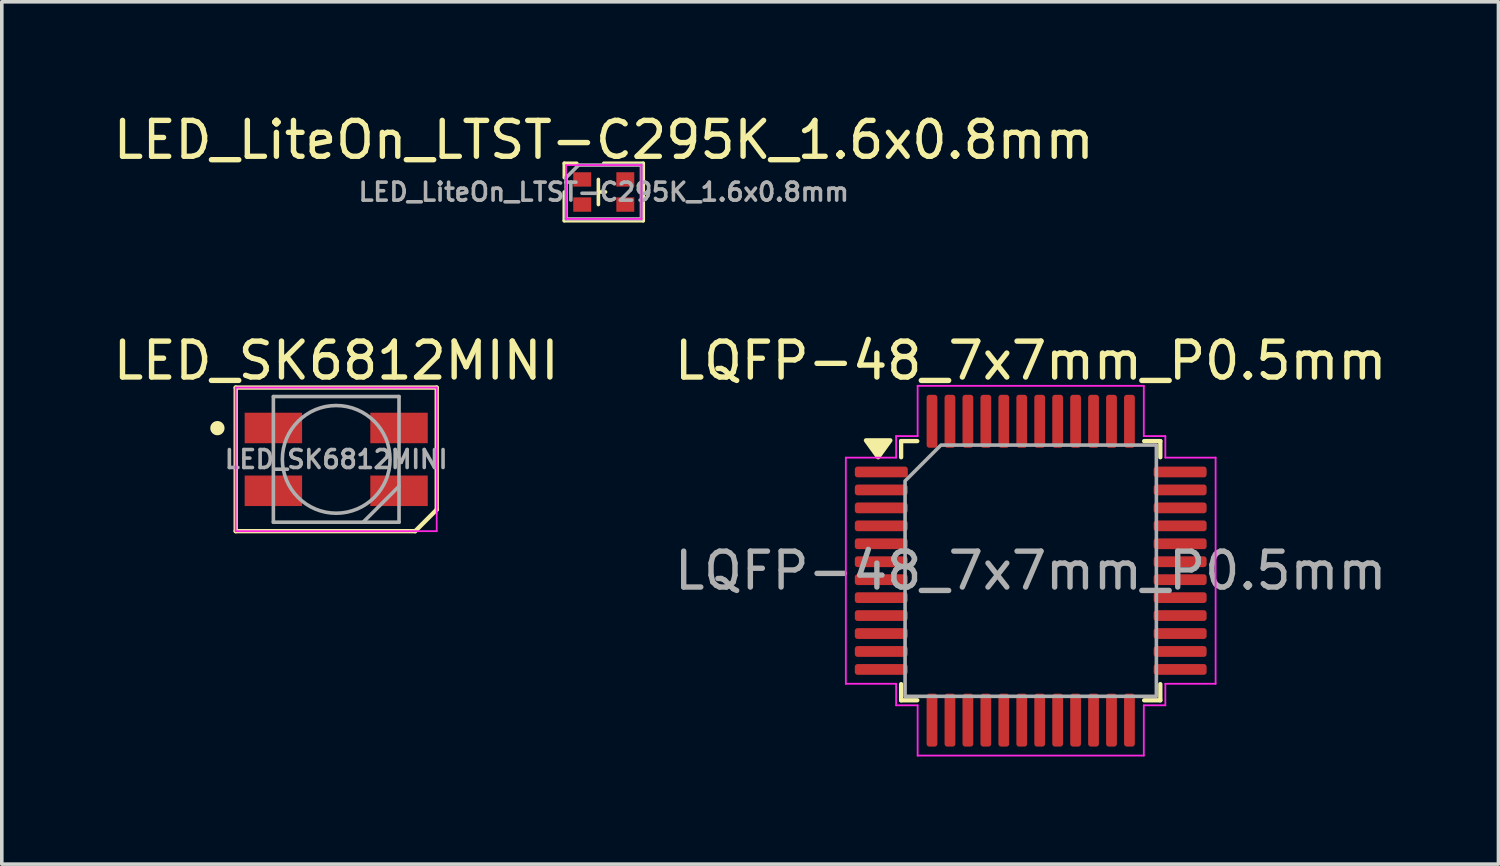
<source format=kicad_pcb>
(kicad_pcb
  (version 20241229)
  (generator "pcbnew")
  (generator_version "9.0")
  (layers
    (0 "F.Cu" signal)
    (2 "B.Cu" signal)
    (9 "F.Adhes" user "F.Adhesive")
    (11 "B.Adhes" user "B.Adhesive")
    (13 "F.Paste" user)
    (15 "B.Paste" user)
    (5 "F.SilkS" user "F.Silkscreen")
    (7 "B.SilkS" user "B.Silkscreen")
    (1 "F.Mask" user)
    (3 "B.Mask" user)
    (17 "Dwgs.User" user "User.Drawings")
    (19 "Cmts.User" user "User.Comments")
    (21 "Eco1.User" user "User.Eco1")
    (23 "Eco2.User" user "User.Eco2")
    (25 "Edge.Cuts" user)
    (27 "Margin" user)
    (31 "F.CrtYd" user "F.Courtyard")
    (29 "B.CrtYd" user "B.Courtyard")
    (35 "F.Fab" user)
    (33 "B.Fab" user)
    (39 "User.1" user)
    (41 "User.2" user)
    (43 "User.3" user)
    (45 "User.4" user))
  (footprint "LED_SK6812MINI"
    (layer "F.Cu")
    (at 6.315 9.746)
    (property "Reference" "LED_SK6812MINI" (at 0 -2.75 0) (layer "F.SilkS") (effects (font (size 1 1) (thickness 0.15))))
    (attr smd)
    (fp_line (start -2.8 -2) (end -2.8 2) (stroke (width 0.12) (type default)) (layer "F.SilkS"))
    (fp_line (start -2.8 -2) (end 2.8 -2) (stroke (width 0.12) (type solid)) (layer "F.SilkS"))
    (fp_line (start -2.8 2) (end 2.2 2) (stroke (width 0.12) (type solid)) (layer "F.SilkS"))
    (fp_line (start 2.8 1.4) (end 2.2 2) (stroke (width 0.12) (type default)) (layer "F.SilkS"))
    (fp_line (start 2.8 1.4) (end 2.8 -2) (stroke (width 0.12) (type solid)) (layer "F.SilkS"))
    (fp_circle (center -3.309 -0.87) (end -3.259 -0.73) (stroke (width 0.1) (type solid)) (fill yes) (layer "F.SilkS"))
    (fp_line (start -2.8 -2) (end -2.8 2) (stroke (width 0.05) (type solid)) (layer "F.CrtYd"))
    (fp_line (start -2.8 2) (end 2.8 2) (stroke (width 0.05) (type solid)) (layer "F.CrtYd"))
    (fp_line (start 2.8 -2) (end -2.8 -2) (stroke (width 0.05) (type solid)) (layer "F.CrtYd"))
    (fp_line (start 2.8 2) (end 2.8 -2) (stroke (width 0.05) (type solid)) (layer "F.CrtYd"))
    (fp_line (start -1.75 -1.75) (end -1.75 1.75) (stroke (width 0.1) (type solid)) (layer "F.Fab"))
    (fp_line (start -1.75 1.75) (end 1.75 1.75) (stroke (width 0.1) (type solid)) (layer "F.Fab"))
    (fp_line (start 1.75 -1.75) (end -1.75 -1.75) (stroke (width 0.1) (type solid)) (layer "F.Fab"))
    (fp_line (start 1.75 0.75) (end 0.75 1.75) (stroke (width 0.1) (type solid)) (layer "F.Fab"))
    (fp_line (start 1.75 1.75) (end 1.75 -1.75) (stroke (width 0.1) (type solid)) (layer "F.Fab"))
    (fp_circle (center 0 0) (end 0 -1.5) (stroke (width 0.1) (type solid)) (fill no) (layer "F.Fab"))
    (fp_text user "${REFERENCE}" (at 0 0 0) (layer "F.Fab") (effects (font (size 0.5 0.5) (thickness 0.1))))
    (pad "1" smd rect (at -1.75 -0.875) (size 1.6 0.85) (layers "F.Cu" "F.Mask" "F.Paste"))
    (pad "2" smd rect (at -1.75 0.875) (size 1.6 0.85) (layers "F.Cu" "F.Mask" "F.Paste"))
    (pad "3" smd rect (at 1.75 0.875) (size 1.6 0.85) (layers "F.Cu" "F.Mask" "F.Paste"))
    (pad "4" smd rect (at 1.75 -0.875) (size 1.6 0.85) (layers "F.Cu" "F.Mask" "F.Paste")))
  (footprint "LQFP-48_7x7mm_P0.5mm"
    (layer "F.Cu")
    (at 25.661 12.847)
    (property "Reference" "LQFP-48_7x7mm_P0.5mm" (at 0 -5.85 0) (layer "F.SilkS") (effects (font (size 1 1) (thickness 0.15))))
    (attr smd)
    (fp_line (start -3.61 -3.61) (end -3.16 -3.61) (stroke (width 0.12) (type solid)) (layer "F.SilkS"))
    (fp_line (start -3.61 -3.16) (end -3.61 -3.61) (stroke (width 0.12) (type solid)) (layer "F.SilkS"))
    (fp_line (start -3.61 3.61) (end -3.61 3.16) (stroke (width 0.12) (type solid)) (layer "F.SilkS"))
    (fp_line (start -3.16 3.61) (end -3.61 3.61) (stroke (width 0.12) (type solid)) (layer "F.SilkS"))
    (fp_line (start 3.16 -3.61) (end 3.61 -3.61) (stroke (width 0.12) (type solid)) (layer "F.SilkS"))
    (fp_line (start 3.61 -3.61) (end 3.61 -3.16) (stroke (width 0.12) (type solid)) (layer "F.SilkS"))
    (fp_line (start 3.61 3.16) (end 3.61 3.61) (stroke (width 0.12) (type solid)) (layer "F.SilkS"))
    (fp_line (start 3.61 3.61) (end 3.16 3.61) (stroke (width 0.12) (type solid)) (layer "F.SilkS"))
    (fp_poly (pts (xy -4.25 -3.16) (xy -4.59 -3.63) (xy -3.91 -3.63)) (stroke (width 0.12) (type solid)) (fill yes) (layer "F.SilkS"))
    (fp_line (start -5.15 -3.15) (end -3.75 -3.15) (stroke (width 0.05) (type solid)) (layer "F.CrtYd"))
    (fp_line (start -5.15 3.15) (end -5.15 -3.15) (stroke (width 0.05) (type solid)) (layer "F.CrtYd"))
    (fp_line (start -3.75 -3.75) (end -3.15 -3.75) (stroke (width 0.05) (type solid)) (layer "F.CrtYd"))
    (fp_line (start -3.75 -3.15) (end -3.75 -3.75) (stroke (width 0.05) (type solid)) (layer "F.CrtYd"))
    (fp_line (start -3.75 3.15) (end -5.15 3.15) (stroke (width 0.05) (type solid)) (layer "F.CrtYd"))
    (fp_line (start -3.75 3.75) (end -3.75 3.15) (stroke (width 0.05) (type solid)) (layer "F.CrtYd"))
    (fp_line (start -3.15 -5.15) (end 3.15 -5.15) (stroke (width 0.05) (type solid)) (layer "F.CrtYd"))
    (fp_line (start -3.15 -3.75) (end -3.15 -5.15) (stroke (width 0.05) (type solid)) (layer "F.CrtYd"))
    (fp_line (start -3.15 3.75) (end -3.75 3.75) (stroke (width 0.05) (type solid)) (layer "F.CrtYd"))
    (fp_line (start -3.15 5.15) (end -3.15 3.75) (stroke (width 0.05) (type solid)) (layer "F.CrtYd"))
    (fp_line (start 3.15 -5.15) (end 3.15 -3.75) (stroke (width 0.05) (type solid)) (layer "F.CrtYd"))
    (fp_line (start 3.15 -3.75) (end 3.75 -3.75) (stroke (width 0.05) (type solid)) (layer "F.CrtYd"))
    (fp_line (start 3.15 3.75) (end 3.15 5.15) (stroke (width 0.05) (type solid)) (layer "F.CrtYd"))
    (fp_line (start 3.15 5.15) (end -3.15 5.15) (stroke (width 0.05) (type solid)) (layer "F.CrtYd"))
    (fp_line (start 3.75 -3.75) (end 3.75 -3.15) (stroke (width 0.05) (type solid)) (layer "F.CrtYd"))
    (fp_line (start 3.75 -3.15) (end 5.15 -3.15) (stroke (width 0.05) (type solid)) (layer "F.CrtYd"))
    (fp_line (start 3.75 3.15) (end 3.75 3.75) (stroke (width 0.05) (type solid)) (layer "F.CrtYd"))
    (fp_line (start 3.75 3.75) (end 3.15 3.75) (stroke (width 0.05) (type solid)) (layer "F.CrtYd"))
    (fp_line (start 5.15 -3.15) (end 5.15 3.15) (stroke (width 0.05) (type solid)) (layer "F.CrtYd"))
    (fp_line (start 5.15 3.15) (end 3.75 3.15) (stroke (width 0.05) (type solid)) (layer "F.CrtYd"))
    (fp_poly (pts (xy -3.5 -2.5) (xy -3.5 3.5) (xy 3.5 3.5) (xy 3.5 -3.5) (xy -2.5 -3.5)) (stroke (width 0.1) (type solid)) (fill no) (layer "F.Fab"))
    (fp_text user "${REFERENCE}" (at 0 0 0) (layer "F.Fab") (effects (font (size 1 1) (thickness 0.15))))
    (pad "1" smd roundrect (at -4.162 -2.75) (size 1.475 0.3) (layers "F.Cu" "F.Mask" "F.Paste") (roundrect_rratio 0.25))
    (pad "2" smd roundrect (at -4.162 -2.25) (size 1.475 0.3) (layers "F.Cu" "F.Mask" "F.Paste") (roundrect_rratio 0.25))
    (pad "3" smd roundrect (at -4.162 -1.75) (size 1.475 0.3) (layers "F.Cu" "F.Mask" "F.Paste") (roundrect_rratio 0.25))
    (pad "4" smd roundrect (at -4.162 -1.25) (size 1.475 0.3) (layers "F.Cu" "F.Mask" "F.Paste") (roundrect_rratio 0.25))
    (pad "5" smd roundrect (at -4.162 -0.75) (size 1.475 0.3) (layers "F.Cu" "F.Mask" "F.Paste") (roundrect_rratio 0.25))
    (pad "6" smd roundrect (at -4.162 -0.25) (size 1.475 0.3) (layers "F.Cu" "F.Mask" "F.Paste") (roundrect_rratio 0.25))
    (pad "7" smd roundrect (at -4.162 0.25) (size 1.475 0.3) (layers "F.Cu" "F.Mask" "F.Paste") (roundrect_rratio 0.25))
    (pad "8" smd roundrect (at -4.162 0.75) (size 1.475 0.3) (layers "F.Cu" "F.Mask" "F.Paste") (roundrect_rratio 0.25))
    (pad "9" smd roundrect (at -4.162 1.25) (size 1.475 0.3) (layers "F.Cu" "F.Mask" "F.Paste") (roundrect_rratio 0.25))
    (pad "10" smd roundrect (at -4.162 1.75) (size 1.475 0.3) (layers "F.Cu" "F.Mask" "F.Paste") (roundrect_rratio 0.25))
    (pad "11" smd roundrect (at -4.162 2.25) (size 1.475 0.3) (layers "F.Cu" "F.Mask" "F.Paste") (roundrect_rratio 0.25))
    (pad "12" smd roundrect (at -4.162 2.75) (size 1.475 0.3) (layers "F.Cu" "F.Mask" "F.Paste") (roundrect_rratio 0.25))
    (pad "13" smd roundrect (at -2.75 4.162) (size 0.3 1.475) (layers "F.Cu" "F.Mask" "F.Paste") (roundrect_rratio 0.25))
    (pad "14" smd roundrect (at -2.25 4.162) (size 0.3 1.475) (layers "F.Cu" "F.Mask" "F.Paste") (roundrect_rratio 0.25))
    (pad "15" smd roundrect (at -1.75 4.162) (size 0.3 1.475) (layers "F.Cu" "F.Mask" "F.Paste") (roundrect_rratio 0.25))
    (pad "16" smd roundrect (at -1.25 4.162) (size 0.3 1.475) (layers "F.Cu" "F.Mask" "F.Paste") (roundrect_rratio 0.25))
    (pad "17" smd roundrect (at -0.75 4.162) (size 0.3 1.475) (layers "F.Cu" "F.Mask" "F.Paste") (roundrect_rratio 0.25))
    (pad "18" smd roundrect (at -0.25 4.162) (size 0.3 1.475) (layers "F.Cu" "F.Mask" "F.Paste") (roundrect_rratio 0.25))
    (pad "19" smd roundrect (at 0.25 4.162) (size 0.3 1.475) (layers "F.Cu" "F.Mask" "F.Paste") (roundrect_rratio 0.25))
    (pad "20" smd roundrect (at 0.75 4.162) (size 0.3 1.475) (layers "F.Cu" "F.Mask" "F.Paste") (roundrect_rratio 0.25))
    (pad "21" smd roundrect (at 1.25 4.162) (size 0.3 1.475) (layers "F.Cu" "F.Mask" "F.Paste") (roundrect_rratio 0.25))
    (pad "22" smd roundrect (at 1.75 4.162) (size 0.3 1.475) (layers "F.Cu" "F.Mask" "F.Paste") (roundrect_rratio 0.25))
    (pad "23" smd roundrect (at 2.25 4.162) (size 0.3 1.475) (layers "F.Cu" "F.Mask" "F.Paste") (roundrect_rratio 0.25))
    (pad "24" smd roundrect (at 2.75 4.162) (size 0.3 1.475) (layers "F.Cu" "F.Mask" "F.Paste") (roundrect_rratio 0.25))
    (pad "25" smd roundrect (at 4.162 2.75) (size 1.475 0.3) (layers "F.Cu" "F.Mask" "F.Paste") (roundrect_rratio 0.25))
    (pad "26" smd roundrect (at 4.162 2.25) (size 1.475 0.3) (layers "F.Cu" "F.Mask" "F.Paste") (roundrect_rratio 0.25))
    (pad "27" smd roundrect (at 4.162 1.75) (size 1.475 0.3) (layers "F.Cu" "F.Mask" "F.Paste") (roundrect_rratio 0.25))
    (pad "28" smd roundrect (at 4.162 1.25) (size 1.475 0.3) (layers "F.Cu" "F.Mask" "F.Paste") (roundrect_rratio 0.25))
    (pad "29" smd roundrect (at 4.162 0.75) (size 1.475 0.3) (layers "F.Cu" "F.Mask" "F.Paste") (roundrect_rratio 0.25))
    (pad "30" smd roundrect (at 4.162 0.25) (size 1.475 0.3) (layers "F.Cu" "F.Mask" "F.Paste") (roundrect_rratio 0.25))
    (pad "31" smd roundrect (at 4.162 -0.25) (size 1.475 0.3) (layers "F.Cu" "F.Mask" "F.Paste") (roundrect_rratio 0.25))
    (pad "32" smd roundrect (at 4.162 -0.75) (size 1.475 0.3) (layers "F.Cu" "F.Mask" "F.Paste") (roundrect_rratio 0.25))
    (pad "33" smd roundrect (at 4.162 -1.25) (size 1.475 0.3) (layers "F.Cu" "F.Mask" "F.Paste") (roundrect_rratio 0.25))
    (pad "34" smd roundrect (at 4.162 -1.75) (size 1.475 0.3) (layers "F.Cu" "F.Mask" "F.Paste") (roundrect_rratio 0.25))
    (pad "35" smd roundrect (at 4.162 -2.25) (size 1.475 0.3) (layers "F.Cu" "F.Mask" "F.Paste") (roundrect_rratio 0.25))
    (pad "36" smd roundrect (at 4.162 -2.75) (size 1.475 0.3) (layers "F.Cu" "F.Mask" "F.Paste") (roundrect_rratio 0.25))
    (pad "37" smd roundrect (at 2.75 -4.162) (size 0.3 1.475) (layers "F.Cu" "F.Mask" "F.Paste") (roundrect_rratio 0.25))
    (pad "38" smd roundrect (at 2.25 -4.162) (size 0.3 1.475) (layers "F.Cu" "F.Mask" "F.Paste") (roundrect_rratio 0.25))
    (pad "39" smd roundrect (at 1.75 -4.162) (size 0.3 1.475) (layers "F.Cu" "F.Mask" "F.Paste") (roundrect_rratio 0.25))
    (pad "40" smd roundrect (at 1.25 -4.162) (size 0.3 1.475) (layers "F.Cu" "F.Mask" "F.Paste") (roundrect_rratio 0.25))
    (pad "41" smd roundrect (at 0.75 -4.162) (size 0.3 1.475) (layers "F.Cu" "F.Mask" "F.Paste") (roundrect_rratio 0.25))
    (pad "42" smd roundrect (at 0.25 -4.162) (size 0.3 1.475) (layers "F.Cu" "F.Mask" "F.Paste") (roundrect_rratio 0.25))
    (pad "43" smd roundrect (at -0.25 -4.162) (size 0.3 1.475) (layers "F.Cu" "F.Mask" "F.Paste") (roundrect_rratio 0.25))
    (pad "44" smd roundrect (at -0.75 -4.162) (size 0.3 1.475) (layers "F.Cu" "F.Mask" "F.Paste") (roundrect_rratio 0.25))
    (pad "45" smd roundrect (at -1.25 -4.162) (size 0.3 1.475) (layers "F.Cu" "F.Mask" "F.Paste") (roundrect_rratio 0.25))
    (pad "46" smd roundrect (at -1.75 -4.162) (size 0.3 1.475) (layers "F.Cu" "F.Mask" "F.Paste") (roundrect_rratio 0.25))
    (pad "47" smd roundrect (at -2.25 -4.162) (size 0.3 1.475) (layers "F.Cu" "F.Mask" "F.Paste") (roundrect_rratio 0.25))
    (pad "48" smd roundrect (at -2.75 -4.162) (size 0.3 1.475) (layers "F.Cu" "F.Mask" "F.Paste") (roundrect_rratio 0.25)))
  (footprint "LED_LiteOn_LTST-C295K_1.6x0.8mm"
    (layer "F.Cu")
    (at 13.768 2.298)
    (property "Reference" "LED_LiteOn_LTST-C295K_1.6x0.8mm" (at 0 -1.45 0) (unlocked yes) (layer "F.SilkS") (effects (font (size 1 1) (thickness 0.15))))
    (attr smd)
    (fp_line (start -1.1 -0.8) (end -0.75 -0.8) (stroke (width 0.1) (type solid)) (layer "F.SilkS"))
    (fp_line (start -1.1 -0.4) (end -1.1 -0.8) (stroke (width 0.1) (type solid)) (layer "F.SilkS"))
    (fp_line (start -1.1 0.8) (end -1.1 0) (stroke (width 0.1) (type solid)) (layer "F.SilkS"))
    (fp_line (start -0.15 -0.35) (end -0.15 0.35) (stroke (width 0.1) (type default)) (layer "F.SilkS"))
    (fp_line (start -0.15 0) (end 0.05 0) (stroke (width 0.1) (type default)) (layer "F.SilkS"))
    (fp_line (start 1.1 -0.8) (end 0 -0.8) (stroke (width 0.1) (type solid)) (layer "F.SilkS"))
    (fp_line (start 1.1 -0.8) (end 1.1 0.8) (stroke (width 0.1) (type solid)) (layer "F.SilkS"))
    (fp_line (start 1.1 0.8) (end -1.1 0.8) (stroke (width 0.1) (type solid)) (layer "F.SilkS"))
    (fp_line (start -1.05 -0.75) (end 1.05 -0.75) (stroke (width 0.05) (type solid)) (layer "F.CrtYd"))
    (fp_line (start -1.05 0.75) (end -1.05 -0.75) (stroke (width 0.05) (type solid)) (layer "F.CrtYd"))
    (fp_line (start 1.05 -0.75) (end 1.05 0.75) (stroke (width 0.05) (type solid)) (layer "F.CrtYd"))
    (fp_line (start 1.05 0.75) (end -1.05 0.75) (stroke (width 0.05) (type solid)) (layer "F.CrtYd"))
    (fp_line (start -1.05 -0.4) (end -0.7 -0.75) (stroke (width 0.1) (type solid)) (layer "F.Fab"))
    (fp_line (start -1.05 0.75) (end -1.05 -0.4) (stroke (width 0.1) (type solid)) (layer "F.Fab"))
    (fp_line (start -0.7 -0.75) (end 1.05 -0.75) (stroke (width 0.1) (type solid)) (layer "F.Fab"))
    (fp_line (start 1.05 -0.75) (end 1.05 0.75) (stroke (width 0.1) (type solid)) (layer "F.Fab"))
    (fp_line (start 1.05 0.75) (end -1.05 0.75) (stroke (width 0.1) (type solid)) (layer "F.Fab"))
    (fp_text user "${REFERENCE}" (at 0 0 0) (unlocked yes) (layer "F.Fab") (effects (font (size 0.5 0.5) (thickness 0.1))))
    (pad "1" smd rect (at -0.6 -0.35 90) (size 0.4 0.5) (layers "F.Cu" "F.Mask" "F.Paste"))
    (pad "2" smd rect (at -0.6 0.35 90) (size 0.4 0.5) (layers "F.Cu" "F.Mask" "F.Paste"))
    (pad "3" smd rect (at 0.6 -0.35 90) (size 0.4 0.5) (layers "F.Cu" "F.Mask" "F.Paste"))
    (pad "4" smd rect (at 0.6 0.35 90) (size 0.4 0.5) (layers "F.Cu" "F.Mask" "F.Paste")))
  (gr_rect
    (start -3 -3)
    (end 38.69 21.021)
    (stroke (width 0.1) (type default))
    (fill no)
    (layer "Edge.Cuts")))
</source>
